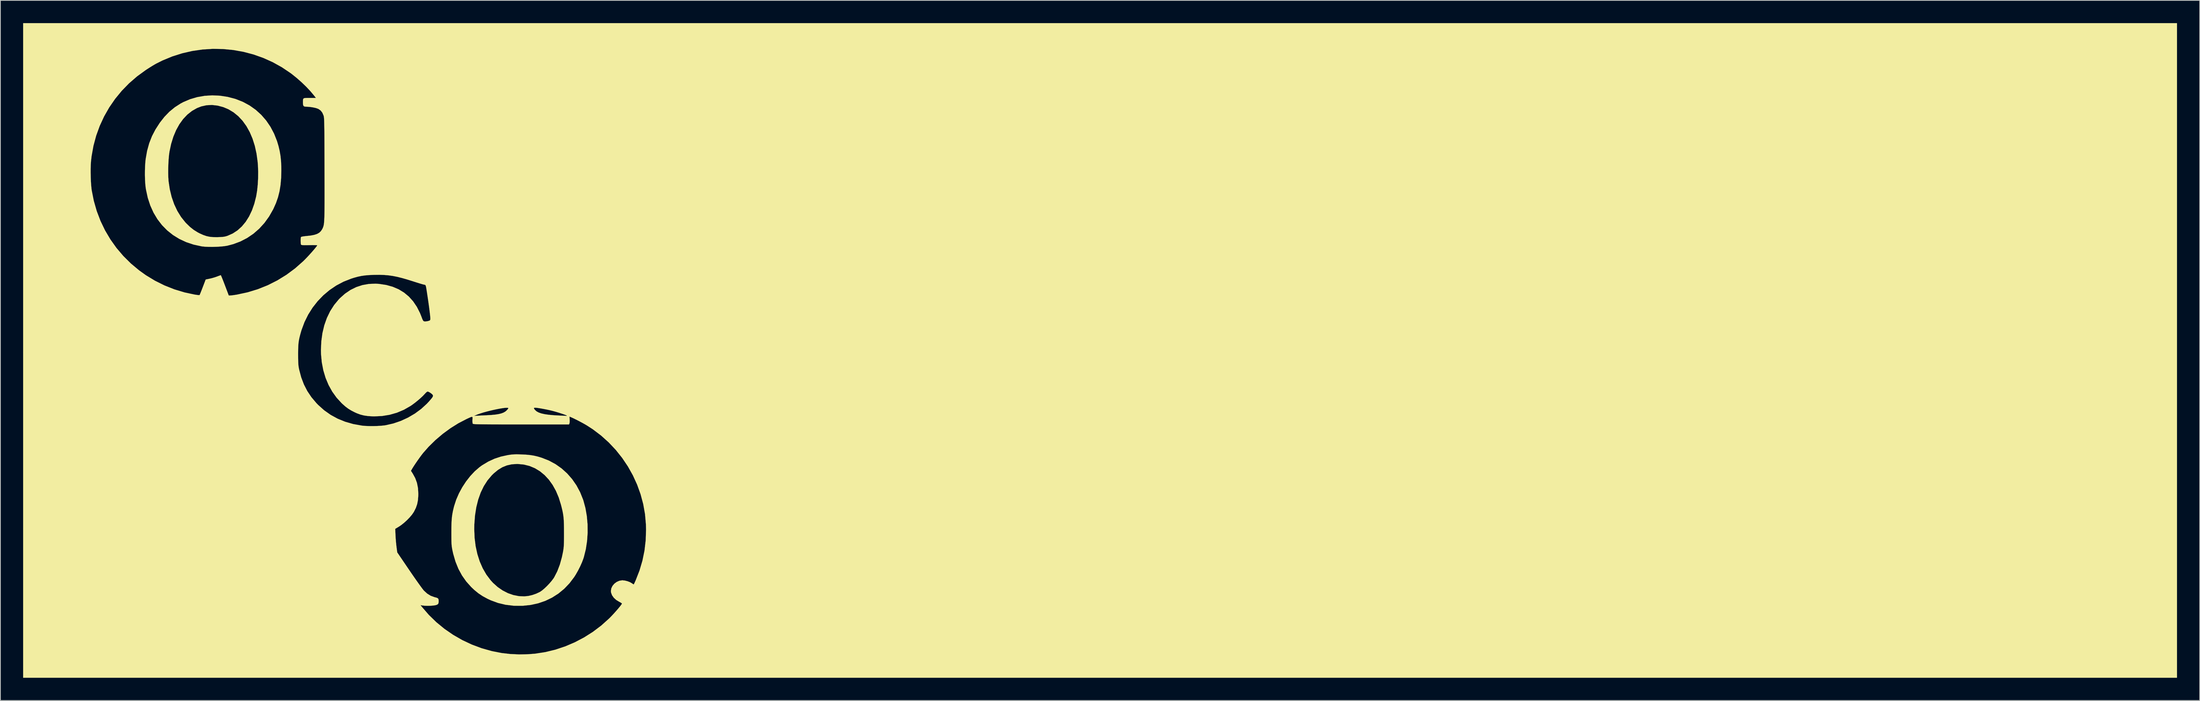
<source format=kicad_pcb>
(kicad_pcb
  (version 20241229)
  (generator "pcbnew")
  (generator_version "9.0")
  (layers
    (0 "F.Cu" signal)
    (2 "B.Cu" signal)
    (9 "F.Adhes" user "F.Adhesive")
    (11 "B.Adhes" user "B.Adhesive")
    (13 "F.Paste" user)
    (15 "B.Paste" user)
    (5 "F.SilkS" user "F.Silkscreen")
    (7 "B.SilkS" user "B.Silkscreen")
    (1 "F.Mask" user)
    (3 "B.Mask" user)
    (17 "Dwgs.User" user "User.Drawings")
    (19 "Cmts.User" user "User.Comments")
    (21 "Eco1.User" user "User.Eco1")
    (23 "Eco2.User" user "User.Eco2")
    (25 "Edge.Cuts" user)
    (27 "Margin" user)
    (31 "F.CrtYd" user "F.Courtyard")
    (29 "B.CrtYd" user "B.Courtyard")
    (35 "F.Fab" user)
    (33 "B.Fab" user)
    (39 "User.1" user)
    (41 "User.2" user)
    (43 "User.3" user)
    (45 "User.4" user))
  (footprint "OAP_Logo"
    (layer "F.Cu")
    (at 142.05 43.191)
    (property "Reference" "OAP_Logo" (at 0 0 0) (layer "F.SilkS") (effects (font (size 1.524 1.524) (thickness 0.3))))
    (attr through_hole)
    (fp_poly (pts (xy -116.082 -33.611) (xy -115.068 -33.456) (xy -114.066 -33.192) (xy -113.986 -33.166) (xy -113.043 -32.791) (xy -112.168 -32.316) (xy -111.364 -31.746) (xy -110.635 -31.085) (xy -109.986 -30.338) (xy -109.42 -29.509) (xy -108.942 -28.601) (xy -108.554 -27.621) (xy -108.356 -26.956) (xy -108.204 -26.309) (xy -108.096 -25.674) (xy -108.026 -25.014) (xy -107.991 -24.295) (xy -107.985 -23.725) (xy -108.012 -22.73) (xy -108.092 -21.826) (xy -108.228 -20.992) (xy -108.426 -20.208) (xy -108.689 -19.451) (xy -109.023 -18.703) (xy -109.069 -18.61) (xy -109.603 -17.673) (xy -110.215 -16.825) (xy -110.903 -16.069) (xy -111.661 -15.408) (xy -112.487 -14.846) (xy -113.376 -14.385) (xy -114.325 -14.029) (xy -115.11 -13.824) (xy -115.495 -13.76) (xy -115.965 -13.712) (xy -116.488 -13.68) (xy -117.03 -13.664) (xy -117.558 -13.666) (xy -118.038 -13.687) (xy -118.438 -13.727) (xy -118.495 -13.736) (xy -119.547 -13.964) (xy -120.531 -14.292) (xy -121.444 -14.717) (xy -122.284 -15.236) (xy -123.047 -15.845) (xy -123.73 -16.541) (xy -124.33 -17.321) (xy -124.844 -18.181) (xy -125.268 -19.118) (xy -125.6 -20.129) (xy -125.836 -21.211) (xy -125.882 -21.502) (xy -125.931 -21.965) (xy -125.964 -22.515) (xy -125.979 -23.117) (xy -125.978 -23.436) (xy -122.912 -23.436) (xy -122.9 -22.882) (xy -122.869 -22.407) (xy -122.864 -22.346) (xy -122.703 -21.265) (xy -122.455 -20.241) (xy -122.121 -19.284) (xy -121.704 -18.401) (xy -121.208 -17.599) (xy -120.637 -16.887) (xy -120.544 -16.788) (xy -120.039 -16.298) (xy -119.538 -15.901) (xy -119.008 -15.572) (xy -118.747 -15.437) (xy -118.284 -15.23) (xy -117.862 -15.085) (xy -117.442 -14.995) (xy -116.987 -14.951) (xy -116.457 -14.945) (xy -116.371 -14.947) (xy -116.002 -14.96) (xy -115.722 -14.979) (xy -115.5 -15.009) (xy -115.302 -15.054) (xy -115.096 -15.119) (xy -115.064 -15.13) (xy -114.386 -15.433) (xy -113.762 -15.842) (xy -113.195 -16.355) (xy -112.687 -16.966) (xy -112.241 -17.674) (xy -111.859 -18.474) (xy -111.545 -19.362) (xy -111.3 -20.334) (xy -111.292 -20.377) (xy -111.174 -21.093) (xy -111.092 -21.891) (xy -111.046 -22.735) (xy -111.038 -23.592) (xy -111.069 -24.426) (xy -111.106 -24.887) (xy -111.255 -25.976) (xy -111.48 -26.997) (xy -111.78 -27.944) (xy -112.151 -28.814) (xy -112.59 -29.601) (xy -113.094 -30.301) (xy -113.66 -30.908) (xy -114.285 -31.418) (xy -114.966 -31.827) (xy -115.627 -32.104) (xy -116.388 -32.308) (xy -117.13 -32.392) (xy -117.851 -32.357) (xy -118.548 -32.203) (xy -119.112 -31.983) (xy -119.78 -31.602) (xy -120.392 -31.115) (xy -120.946 -30.528) (xy -121.439 -29.844) (xy -121.868 -29.069) (xy -122.23 -28.207) (xy -122.522 -27.262) (xy -122.741 -26.239) (xy -122.744 -26.222) (xy -122.805 -25.774) (xy -122.853 -25.238) (xy -122.888 -24.648) (xy -122.908 -24.036) (xy -122.912 -23.436) (xy -125.978 -23.436) (xy -125.976 -23.737) (xy -125.957 -24.341) (xy -125.92 -24.893) (xy -125.88 -25.255) (xy -125.69 -26.336) (xy -125.413 -27.339) (xy -125.046 -28.277) (xy -124.594 -29.146) (xy -124.017 -30.041) (xy -123.403 -30.825) (xy -122.744 -31.505) (xy -122.033 -32.088) (xy -121.263 -32.582) (xy -120.921 -32.764) (xy -120.026 -33.147) (xy -119.082 -33.424) (xy -118.102 -33.594) (xy -117.098 -33.656) (xy -116.082 -33.611)) (stroke (width 0.01) (type solid)) (fill yes) (layer "F.SilkS"))
    (fp_poly (pts (xy -76.604 13.716) (xy -76.322 13.724) (xy -75.688 13.755) (xy -75.138 13.809) (xy -74.632 13.892) (xy -74.134 14.011) (xy -73.625 14.165) (xy -72.688 14.535) (xy -71.814 15.006) (xy -71.008 15.575) (xy -70.275 16.235) (xy -69.62 16.982) (xy -69.048 17.81) (xy -68.564 18.714) (xy -68.173 19.689) (xy -68.135 19.804) (xy -67.865 20.801) (xy -67.682 21.86) (xy -67.585 22.956) (xy -67.575 24.066) (xy -67.652 25.165) (xy -67.815 26.232) (xy -68.066 27.241) (xy -68.133 27.457) (xy -68.317 27.948) (xy -68.559 28.491) (xy -68.839 29.046) (xy -69.137 29.57) (xy -69.342 29.894) (xy -69.965 30.717) (xy -70.661 31.445) (xy -71.427 32.076) (xy -72.257 32.607) (xy -73.147 33.037) (xy -74.092 33.362) (xy -75.087 33.581) (xy -76.128 33.691) (xy -77.209 33.69) (xy -77.388 33.68) (xy -78.417 33.554) (xy -79.4 33.318) (xy -80.35 32.968) (xy -80.788 32.764) (xy -81.417 32.422) (xy -81.976 32.051) (xy -82.506 31.62) (xy -82.933 31.217) (xy -83.586 30.488) (xy -84.147 29.691) (xy -84.619 28.822) (xy -85.003 27.874) (xy -85.304 26.841) (xy -85.409 26.372) (xy -85.452 26.147) (xy -85.486 25.94) (xy -85.511 25.731) (xy -85.528 25.498) (xy -85.54 25.222) (xy -85.546 24.882) (xy -85.549 24.457) (xy -85.55 24.029) (xy -85.547 23.586) (xy -82.535 23.586) (xy -82.488 24.734) (xy -82.351 25.831) (xy -82.124 26.871) (xy -81.812 27.847) (xy -81.415 28.751) (xy -80.937 29.578) (xy -80.38 30.319) (xy -80.053 30.676) (xy -79.443 31.223) (xy -78.786 31.675) (xy -78.095 32.029) (xy -77.381 32.279) (xy -76.657 32.422) (xy -75.934 32.453) (xy -75.408 32.401) (xy -74.888 32.282) (xy -74.363 32.101) (xy -73.892 31.879) (xy -73.835 31.846) (xy -73.57 31.662) (xy -73.263 31.402) (xy -72.936 31.09) (xy -72.614 30.751) (xy -72.322 30.41) (xy -72.082 30.092) (xy -71.983 29.938) (xy -71.577 29.147) (xy -71.236 28.254) (xy -70.961 27.259) (xy -70.821 26.588) (xy -70.782 26.359) (xy -70.751 26.144) (xy -70.727 25.924) (xy -70.71 25.68) (xy -70.699 25.391) (xy -70.692 25.04) (xy -70.689 24.605) (xy -70.689 24.068) (xy -70.689 24.06) (xy -70.691 23.451) (xy -70.699 22.941) (xy -70.715 22.508) (xy -70.741 22.129) (xy -70.78 21.783) (xy -70.834 21.447) (xy -70.905 21.098) (xy -70.997 20.714) (xy -71.089 20.358) (xy -71.386 19.403) (xy -71.755 18.531) (xy -72.191 17.746) (xy -72.69 17.05) (xy -73.248 16.449) (xy -73.86 15.945) (xy -74.524 15.542) (xy -75.234 15.245) (xy -75.987 15.057) (xy -76.779 14.981) (xy -76.9 14.979) (xy -77.588 15.025) (xy -78.225 15.166) (xy -78.824 15.408) (xy -79.397 15.758) (xy -79.959 16.221) (xy -80.227 16.485) (xy -80.788 17.15) (xy -81.273 17.907) (xy -81.682 18.752) (xy -82.012 19.681) (xy -82.264 20.689) (xy -82.434 21.772) (xy -82.522 22.925) (xy -82.535 23.586) (xy -85.547 23.586) (xy -85.546 23.392) (xy -85.534 22.853) (xy -85.51 22.389) (xy -85.473 21.975) (xy -85.419 21.589) (xy -85.347 21.207) (xy -85.254 20.806) (xy -85.18 20.521) (xy -84.909 19.689) (xy -84.549 18.861) (xy -84.111 18.053) (xy -83.608 17.286) (xy -83.053 16.576) (xy -82.458 15.941) (xy -81.834 15.401) (xy -81.497 15.158) (xy -80.688 14.672) (xy -79.871 14.294) (xy -79.017 14.011) (xy -78.139 13.819) (xy -77.827 13.77) (xy -77.552 13.736) (xy -77.279 13.718) (xy -76.974 13.711) (xy -76.604 13.716)) (stroke (width 0.01) (type solid)) (fill yes) (layer "F.SilkS"))
    (fp_poly (pts (xy 142.106 43.186) (xy -142.045 43.186) (xy -142.045 23.542) (xy -92.958 23.542) (xy -92.923 24.365) (xy -92.901 24.76) (xy -92.867 25.199) (xy -92.826 25.622) (xy -92.791 25.918) (xy -92.693 26.649) (xy -91.103 28.991) (xy -90.766 29.483) (xy -90.439 29.957) (xy -90.129 30.399) (xy -89.846 30.798) (xy -89.598 31.141) (xy -89.394 31.417) (xy -89.242 31.613) (xy -89.166 31.702) (xy -88.732 32.096) (xy -88.272 32.379) (xy -87.768 32.56) (xy -87.725 32.571) (xy -87.481 32.636) (xy -87.333 32.708) (xy -87.257 32.813) (xy -87.229 32.978) (xy -87.226 33.125) (xy -87.248 33.34) (xy -87.33 33.482) (xy -87.495 33.574) (xy -87.685 33.624) (xy -87.975 33.665) (xy -88.335 33.69) (xy -88.719 33.696) (xy -89.077 33.685) (xy -89.352 33.655) (xy -89.622 33.609) (xy -89.424 33.859) (xy -88.521 34.902) (xy -87.531 35.864) (xy -86.462 36.741) (xy -85.322 37.527) (xy -84.12 38.218) (xy -82.863 38.81) (xy -81.559 39.297) (xy -80.217 39.675) (xy -78.935 39.926) (xy -77.8 40.057) (xy -76.613 40.112) (xy -75.416 40.088) (xy -74.503 40.015) (xy -73.161 39.809) (xy -71.833 39.487) (xy -70.53 39.053) (xy -69.263 38.513) (xy -68.041 37.871) (xy -66.876 37.134) (xy -65.779 36.305) (xy -64.76 35.391) (xy -64.639 35.272) (xy -64.393 35.019) (xy -64.133 34.74) (xy -63.873 34.451) (xy -63.627 34.169) (xy -63.408 33.908) (xy -63.229 33.685) (xy -63.104 33.515) (xy -63.046 33.414) (xy -63.043 33.401) (xy -63.094 33.346) (xy -63.225 33.261) (xy -63.38 33.179) (xy -63.791 32.93) (xy -64.119 32.634) (xy -64.352 32.303) (xy -64.481 31.953) (xy -64.504 31.739) (xy -64.448 31.391) (xy -64.289 31.065) (xy -64.048 30.779) (xy -63.742 30.55) (xy -63.391 30.395) (xy -63.015 30.334) (xy -62.984 30.334) (xy -62.665 30.367) (xy -62.312 30.456) (xy -61.983 30.584) (xy -61.777 30.701) (xy -61.627 30.803) (xy -61.522 30.869) (xy -61.495 30.882) (xy -61.463 30.83) (xy -61.394 30.69) (xy -61.3 30.485) (xy -61.226 30.319) (xy -60.724 29.033) (xy -60.339 27.73) (xy -60.068 26.403) (xy -59.91 25.042) (xy -59.865 23.64) (xy -59.883 22.933) (xy -60.002 21.591) (xy -60.238 20.268) (xy -60.587 18.969) (xy -61.043 17.704) (xy -61.603 16.48) (xy -62.262 15.303) (xy -63.015 14.183) (xy -63.858 13.125) (xy -64.787 12.139) (xy -65.797 11.23) (xy -66.883 10.407) (xy -67.655 9.906) (xy -67.954 9.73) (xy -68.313 9.532) (xy -68.699 9.326) (xy -69.081 9.131) (xy -69.427 8.961) (xy -69.706 8.833) (xy -69.751 8.814) (xy -69.972 8.723) (xy -69.944 9.097) (xy -69.937 9.323) (xy -69.95 9.519) (xy -69.971 9.617) (xy -70.026 9.762) (xy -76.35 9.762) (xy -77.368 9.761) (xy -78.271 9.761) (xy -79.066 9.76) (xy -79.76 9.759) (xy -80.36 9.757) (xy -80.873 9.754) (xy -81.305 9.751) (xy -81.664 9.747) (xy -81.957 9.741) (xy -82.19 9.735) (xy -82.371 9.727) (xy -82.505 9.718) (xy -82.602 9.707) (xy -82.666 9.695) (xy -82.705 9.68) (xy -82.726 9.664) (xy -82.733 9.656) (xy -82.759 9.544) (xy -82.772 9.352) (xy -82.768 9.131) (xy -82.757 8.952) (xy -82.758 8.831) (xy -82.788 8.766) (xy -82.863 8.756) (xy -82.999 8.798) (xy -83.212 8.891) (xy -83.52 9.034) (xy -83.56 9.053) (xy -84.619 9.602) (xy -85.667 10.257) (xy -86.684 11.002) (xy -87.65 11.822) (xy -88.547 12.701) (xy -89.283 13.537) (xy -89.488 13.801) (xy -89.732 14.131) (xy -89.993 14.497) (xy -90.249 14.869) (xy -90.481 15.217) (xy -90.666 15.51) (xy -90.721 15.603) (xy -90.884 15.886) (xy -90.645 16.256) (xy -90.32 16.849) (xy -90.092 17.475) (xy -89.958 18.153) (xy -89.913 18.896) (xy -89.918 19.179) (xy -89.964 19.769) (xy -90.065 20.285) (xy -90.231 20.768) (xy -90.474 21.256) (xy -90.528 21.349) (xy -90.749 21.67) (xy -91.049 22.024) (xy -91.402 22.388) (xy -91.781 22.734) (xy -92.158 23.036) (xy -92.456 23.238) (xy -92.958 23.542) (xy -142.045 23.542) (xy -142.045 0.548) (xy -105.77 0.548) (xy -105.768 1.022) (xy -105.761 1.397) (xy -105.75 1.697) (xy -105.731 1.945) (xy -105.703 2.166) (xy -105.665 2.381) (xy -105.633 2.537) (xy -105.362 3.555) (xy -105.005 4.493) (xy -104.558 5.363) (xy -104.012 6.177) (xy -103.36 6.948) (xy -103.125 7.192) (xy -102.337 7.897) (xy -101.479 8.503) (xy -100.553 9.008) (xy -99.559 9.412) (xy -98.496 9.716) (xy -97.366 9.919) (xy -97.336 9.923) (xy -96.919 9.961) (xy -96.424 9.981) (xy -95.887 9.984) (xy -95.345 9.971) (xy -94.833 9.941) (xy -94.389 9.896) (xy -94.216 9.87) (xy -93.206 9.64) (xy -92.217 9.302) (xy -91.266 8.864) (xy -90.892 8.644) (xy -82.565 8.644) (xy -82.169 8.618) (xy -81.953 8.605) (xy -81.654 8.589) (xy -81.311 8.573) (xy -80.963 8.557) (xy -80.951 8.557) (xy -80.299 8.52) (xy -79.756 8.469) (xy -79.309 8.4) (xy -78.946 8.31) (xy -78.653 8.196) (xy -78.419 8.056) (xy -78.291 7.948) (xy -78.15 7.801) (xy -78.054 7.677) (xy -78.031 7.625) (xy -74.667 7.625) (xy -74.612 7.735) (xy -74.495 7.878) (xy -74.298 8.05) (xy -74.029 8.195) (xy -73.679 8.316) (xy -73.24 8.414) (xy -72.703 8.491) (xy -72.061 8.549) (xy -71.479 8.583) (xy -71.132 8.599) (xy -70.823 8.614) (xy -70.575 8.627) (xy -70.411 8.636) (xy -70.356 8.64) (xy -70.304 8.624) (xy -70.325 8.594) (xy -70.414 8.546) (xy -70.597 8.473) (xy -70.854 8.383) (xy -71.162 8.281) (xy -71.498 8.176) (xy -71.84 8.074) (xy -72.167 7.984) (xy -72.292 7.951) (xy -72.614 7.875) (xy -72.978 7.797) (xy -73.358 7.723) (xy -73.726 7.656) (xy -74.057 7.602) (xy -74.324 7.566) (xy -74.498 7.553) (xy -74.501 7.553) (xy -74.63 7.569) (xy -74.667 7.625) (xy -78.031 7.625) (xy -78.027 7.616) (xy -78.083 7.573) (xy -78.241 7.562) (xy -78.485 7.577) (xy -78.801 7.617) (xy -79.172 7.679) (xy -79.585 7.758) (xy -80.022 7.852) (xy -80.471 7.957) (xy -80.914 8.07) (xy -81.338 8.188) (xy -81.726 8.309) (xy -82.063 8.427) (xy -82.291 8.521) (xy -82.565 8.644) (xy -90.892 8.644) (xy -90.367 8.336) (xy -89.536 7.725) (xy -88.787 7.039) (xy -88.501 6.731) (xy -88.273 6.469) (xy -88.117 6.278) (xy -88.023 6.14) (xy -87.98 6.038) (xy -87.976 5.954) (xy -87.987 5.906) (xy -88.064 5.799) (xy -88.213 5.67) (xy -88.394 5.546) (xy -88.569 5.454) (xy -88.691 5.421) (xy -88.78 5.465) (xy -88.915 5.58) (xy -89.068 5.743) (xy -89.077 5.753) (xy -89.31 5.999) (xy -89.617 6.288) (xy -89.972 6.594) (xy -90.346 6.896) (xy -90.711 7.168) (xy -90.941 7.326) (xy -91.811 7.824) (xy -92.731 8.212) (xy -93.694 8.488) (xy -94.694 8.651) (xy -95.722 8.699) (xy -95.966 8.694) (xy -96.56 8.656) (xy -97.073 8.582) (xy -97.541 8.465) (xy -98.002 8.296) (xy -98.298 8.163) (xy -98.761 7.925) (xy -99.16 7.679) (xy -99.537 7.396) (xy -99.931 7.047) (xy -100.034 6.949) (xy -100.691 6.234) (xy -101.263 5.437) (xy -101.747 4.566) (xy -102.141 3.628) (xy -102.44 2.63) (xy -102.642 1.582) (xy -102.745 0.491) (xy -102.757 -0.06) (xy -102.707 -1.201) (xy -102.559 -2.288) (xy -102.314 -3.316) (xy -101.974 -4.28) (xy -101.541 -5.175) (xy -101.016 -5.996) (xy -100.402 -6.737) (xy -100.26 -6.885) (xy -99.582 -7.488) (xy -98.857 -7.98) (xy -98.088 -8.359) (xy -97.278 -8.623) (xy -96.43 -8.773) (xy -95.547 -8.806) (xy -95.077 -8.777) (xy -94.148 -8.637) (xy -93.291 -8.399) (xy -92.506 -8.064) (xy -91.796 -7.631) (xy -91.158 -7.102) (xy -90.595 -6.475) (xy -90.107 -5.753) (xy -89.692 -4.934) (xy -89.504 -4.462) (xy -89.398 -4.179) (xy -89.314 -3.992) (xy -89.235 -3.882) (xy -89.142 -3.831) (xy -89.016 -3.821) (xy -88.87 -3.831) (xy -88.701 -3.858) (xy -88.519 -3.906) (xy -88.389 -3.961) (xy -88.333 -4.045) (xy -88.321 -4.203) (xy -88.33 -4.368) (xy -88.356 -4.636) (xy -88.396 -4.99) (xy -88.449 -5.412) (xy -88.511 -5.886) (xy -88.582 -6.394) (xy -88.658 -6.918) (xy -88.722 -7.34) (xy -88.787 -7.768) (xy -88.838 -8.09) (xy -88.878 -8.323) (xy -88.914 -8.482) (xy -88.95 -8.581) (xy -88.991 -8.637) (xy -89.042 -8.663) (xy -89.108 -8.676) (xy -89.163 -8.685) (xy -89.289 -8.715) (xy -89.509 -8.778) (xy -89.801 -8.865) (xy -90.145 -8.972) (xy -90.518 -9.091) (xy -90.589 -9.114) (xy -91.375 -9.36) (xy -92.072 -9.56) (xy -92.703 -9.716) (xy -93.292 -9.832) (xy -93.861 -9.912) (xy -94.432 -9.96) (xy -95.028 -9.98) (xy -95.672 -9.974) (xy -95.781 -9.972) (xy -96.407 -9.945) (xy -96.948 -9.899) (xy -97.439 -9.828) (xy -97.916 -9.726) (xy -98.414 -9.588) (xy -98.781 -9.47) (xy -99.784 -9.073) (xy -100.733 -8.571) (xy -101.622 -7.97) (xy -102.445 -7.278) (xy -103.193 -6.502) (xy -103.862 -5.65) (xy -104.443 -4.728) (xy -104.93 -3.744) (xy -105.316 -2.705) (xy -105.384 -2.479) (xy -105.507 -2.041) (xy -105.601 -1.664) (xy -105.67 -1.32) (xy -105.718 -0.981) (xy -105.748 -0.617) (xy -105.764 -0.202) (xy -105.77 0.295) (xy -105.77 0.548) (xy -142.045 0.548) (xy -142.045 -23.4) (xy -133.14 -23.4) (xy -133.128 -22.808) (xy -133.103 -22.231) (xy -133.066 -21.703) (xy -133.018 -21.254) (xy -133.002 -21.136) (xy -132.726 -19.741) (xy -132.338 -18.388) (xy -131.841 -17.084) (xy -131.239 -15.834) (xy -130.533 -14.643) (xy -129.729 -13.515) (xy -128.828 -12.457) (xy -127.835 -11.473) (xy -126.753 -10.569) (xy -125.86 -9.929) (xy -124.661 -9.201) (xy -123.401 -8.575) (xy -122.093 -8.057) (xy -120.746 -7.651) (xy -119.459 -7.376) (xy -119.191 -7.334) (xy -118.969 -7.306) (xy -118.82 -7.295) (xy -118.77 -7.302) (xy -118.737 -7.368) (xy -118.669 -7.53) (xy -118.573 -7.768) (xy -118.457 -8.062) (xy -118.347 -8.349) (xy -117.961 -9.358) (xy -117.441 -9.465) (xy -117.123 -9.541) (xy -116.779 -9.641) (xy -116.479 -9.744) (xy -116.463 -9.75) (xy -116.246 -9.833) (xy -116.075 -9.895) (xy -115.979 -9.927) (xy -115.97 -9.928) (xy -115.94 -9.874) (xy -115.873 -9.721) (xy -115.776 -9.486) (xy -115.656 -9.184) (xy -115.519 -8.83) (xy -115.427 -8.588) (xy -114.919 -7.248) (xy -114.722 -7.248) (xy -114.584 -7.259) (xy -114.358 -7.286) (xy -114.079 -7.327) (xy -113.818 -7.369) (xy -112.424 -7.669) (xy -111.072 -8.081) (xy -109.765 -8.605) (xy -108.511 -9.238) (xy -107.313 -9.976) (xy -106.177 -10.817) (xy -105.109 -11.759) (xy -105.081 -11.786) (xy -104.846 -12.02) (xy -104.587 -12.288) (xy -104.319 -12.576) (xy -104.054 -12.869) (xy -103.806 -13.151) (xy -103.588 -13.407) (xy -103.413 -13.623) (xy -103.294 -13.783) (xy -103.245 -13.871) (xy -103.245 -13.876) (xy -103.302 -13.889) (xy -103.462 -13.897) (xy -103.704 -13.902) (xy -104.009 -13.901) (xy -104.288 -13.897) (xy -104.685 -13.89) (xy -104.977 -13.891) (xy -105.177 -13.899) (xy -105.303 -13.916) (xy -105.369 -13.942) (xy -105.383 -13.958) (xy -105.411 -14.063) (xy -105.428 -14.248) (xy -105.434 -14.472) (xy -105.43 -14.694) (xy -105.414 -14.874) (xy -105.389 -14.965) (xy -105.31 -15.001) (xy -105.129 -15.04) (xy -104.865 -15.076) (xy -104.614 -15.102) (xy -104.063 -15.165) (xy -103.618 -15.253) (xy -103.263 -15.372) (xy -102.984 -15.53) (xy -102.766 -15.735) (xy -102.593 -15.994) (xy -102.519 -16.145) (xy -102.481 -16.236) (xy -102.447 -16.329) (xy -102.416 -16.432) (xy -102.389 -16.551) (xy -102.366 -16.694) (xy -102.346 -16.867) (xy -102.329 -17.078) (xy -102.315 -17.333) (xy -102.303 -17.639) (xy -102.294 -18.004) (xy -102.287 -18.434) (xy -102.282 -18.937) (xy -102.279 -19.518) (xy -102.278 -20.186) (xy -102.278 -20.948) (xy -102.279 -21.809) (xy -102.281 -22.778) (xy -102.284 -23.861) (xy -102.284 -23.969) (xy -102.287 -25.019) (xy -102.29 -25.955) (xy -102.293 -26.783) (xy -102.296 -27.511) (xy -102.299 -28.145) (xy -102.303 -28.692) (xy -102.307 -29.159) (xy -102.313 -29.554) (xy -102.319 -29.883) (xy -102.326 -30.154) (xy -102.334 -30.373) (xy -102.343 -30.548) (xy -102.354 -30.686) (xy -102.366 -30.793) (xy -102.38 -30.876) (xy -102.395 -30.943) (xy -102.413 -31.001) (xy -102.414 -31.004) (xy -102.576 -31.377) (xy -102.789 -31.653) (xy -103.068 -31.852) (xy -103.147 -31.89) (xy -103.418 -31.985) (xy -103.771 -32.065) (xy -104.162 -32.125) (xy -104.55 -32.158) (xy -104.709 -32.161) (xy -104.911 -32.178) (xy -105.038 -32.243) (xy -105.106 -32.377) (xy -105.131 -32.601) (xy -105.132 -32.721) (xy -105.131 -32.953) (xy -105.117 -33.115) (xy -105.073 -33.221) (xy -104.979 -33.282) (xy -104.817 -33.31) (xy -104.569 -33.318) (xy -104.238 -33.318) (xy -103.419 -33.318) (xy -103.713 -33.693) (xy -104.173 -34.24) (xy -104.718 -34.815) (xy -105.32 -35.395) (xy -105.954 -35.954) (xy -106.594 -36.468) (xy -106.764 -36.596) (xy -107.911 -37.368) (xy -109.113 -38.036) (xy -110.361 -38.597) (xy -111.647 -39.053) (xy -112.964 -39.401) (xy -114.304 -39.641) (xy -115.659 -39.774) (xy -117.02 -39.797) (xy -118.381 -39.712) (xy -119.732 -39.517) (xy -121.067 -39.211) (xy -122.378 -38.795) (xy -123.656 -38.267) (xy -124.503 -37.844) (xy -124.739 -37.709) (xy -125.044 -37.527) (xy -125.384 -37.315) (xy -125.726 -37.095) (xy -125.873 -36.998) (xy -127.015 -36.167) (xy -128.071 -35.252) (xy -129.038 -34.26) (xy -129.912 -33.196) (xy -130.69 -32.067) (xy -131.368 -30.877) (xy -131.944 -29.632) (xy -132.413 -28.339) (xy -132.772 -27.003) (xy -133.018 -25.629) (xy -133.095 -24.953) (xy -133.125 -24.505) (xy -133.14 -23.976) (xy -133.14 -23.4) (xy -142.045 -23.4) (xy -142.045 -43.186) (xy 142.106 -43.186) (xy 142.106 43.186)) (stroke (width 0.01) (type solid)) (fill yes) (layer "F.SilkS")))
  (gr_rect
    (start -3 -3)
    (end 287.161 89.382)
    (stroke (width 0.1) (type default))
    (fill no)
    (layer "Edge.Cuts")))
</source>
